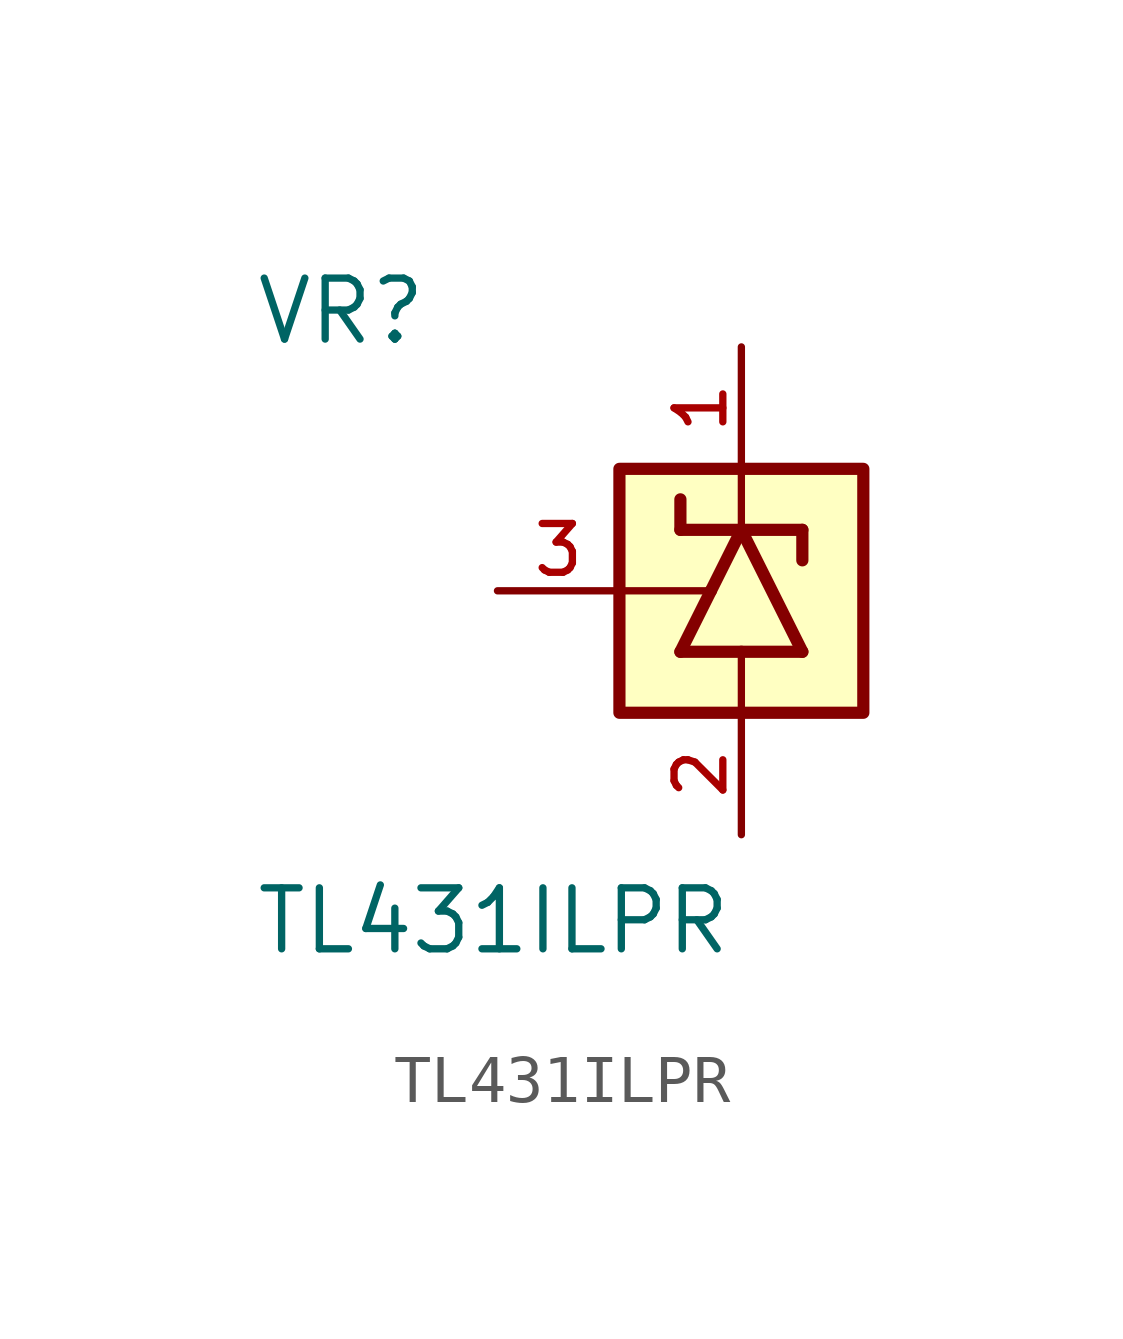
<source format=kicad_sym>
(kicad_symbol_lib
  (version 20211014)
  (generator kicad_symbol_editor)
  (symbol "TL431ILPR"
    (pin_names
      (offset 1.016))
    (property "Reference" "VR"
      (at -10.16 5.08 0)
      (effects (font (size 1.27 1.27)) (justify bottom left)))
    (property "Value" "TL431ILPR"
      (at -10.16 -7.62 0)
      (effects (font (size 1.27 1.27)) (justify bottom left)))
    (symbol "TL431ILPR_0_0"
      (polyline (pts (xy 1.27 -1.27) (xy 0.0 1.27)) (stroke (width 0.254)))
      (polyline (pts (xy 0.0 1.27) (xy -0.635 0.0)) (stroke (width 0.254)))
      (polyline (pts (xy -0.635 0.0) (xy -1.27 -1.27)) (stroke (width 0.254)))
      (polyline (pts (xy -1.27 1.905) (xy -1.27 1.27)) (stroke (width 0.254)))
      (polyline (pts (xy -1.27 1.27) (xy 0.0 1.27)) (stroke (width 0.254)))
      (polyline (pts (xy -1.27 -1.27) (xy 0.0 -1.27)) (stroke (width 0.254)))
      (polyline (pts (xy 0.0 -1.27) (xy 1.27 -1.27)) (stroke (width 0.254)))
      (polyline (pts (xy 0.0 1.27) (xy 1.27 1.27)) (stroke (width 0.254)))
      (polyline (pts (xy 1.27 1.27) (xy 1.27 0.635)) (stroke (width 0.254)))
      (polyline (pts (xy 0.0 -2.54) (xy 0.0 -1.27)) (stroke (width 0.152)))
      (polyline (pts (xy 0.0 2.54) (xy 0.0 1.27)) (stroke (width 0.152)))
      (polyline (pts (xy -2.54 0.0) (xy -0.635 0.0)) (stroke (width 0.152)))
      (rectangle (start -2.54 -2.54) (end 2.54 2.54) (stroke (width 0.254)) (fill (type background)))
      (pin passive line (at 0.0 5.08 270.0) (length 2.54) (name "~" (effects (font (size 1.016 1.016)))) (number "1" (effects (font (size 1.016 1.016)))))
      (pin passive line (at 0.0 -5.08 90.0) (length 2.54) (name "~" (effects (font (size 1.016 1.016)))) (number "2" (effects (font (size 1.016 1.016)))))
      (pin passive line (at -5.08 0.0 0) (length 2.54) (name "~" (effects (font (size 1.016 1.016)))) (number "3" (effects (font (size 1.016 1.016))))))))
</source>
